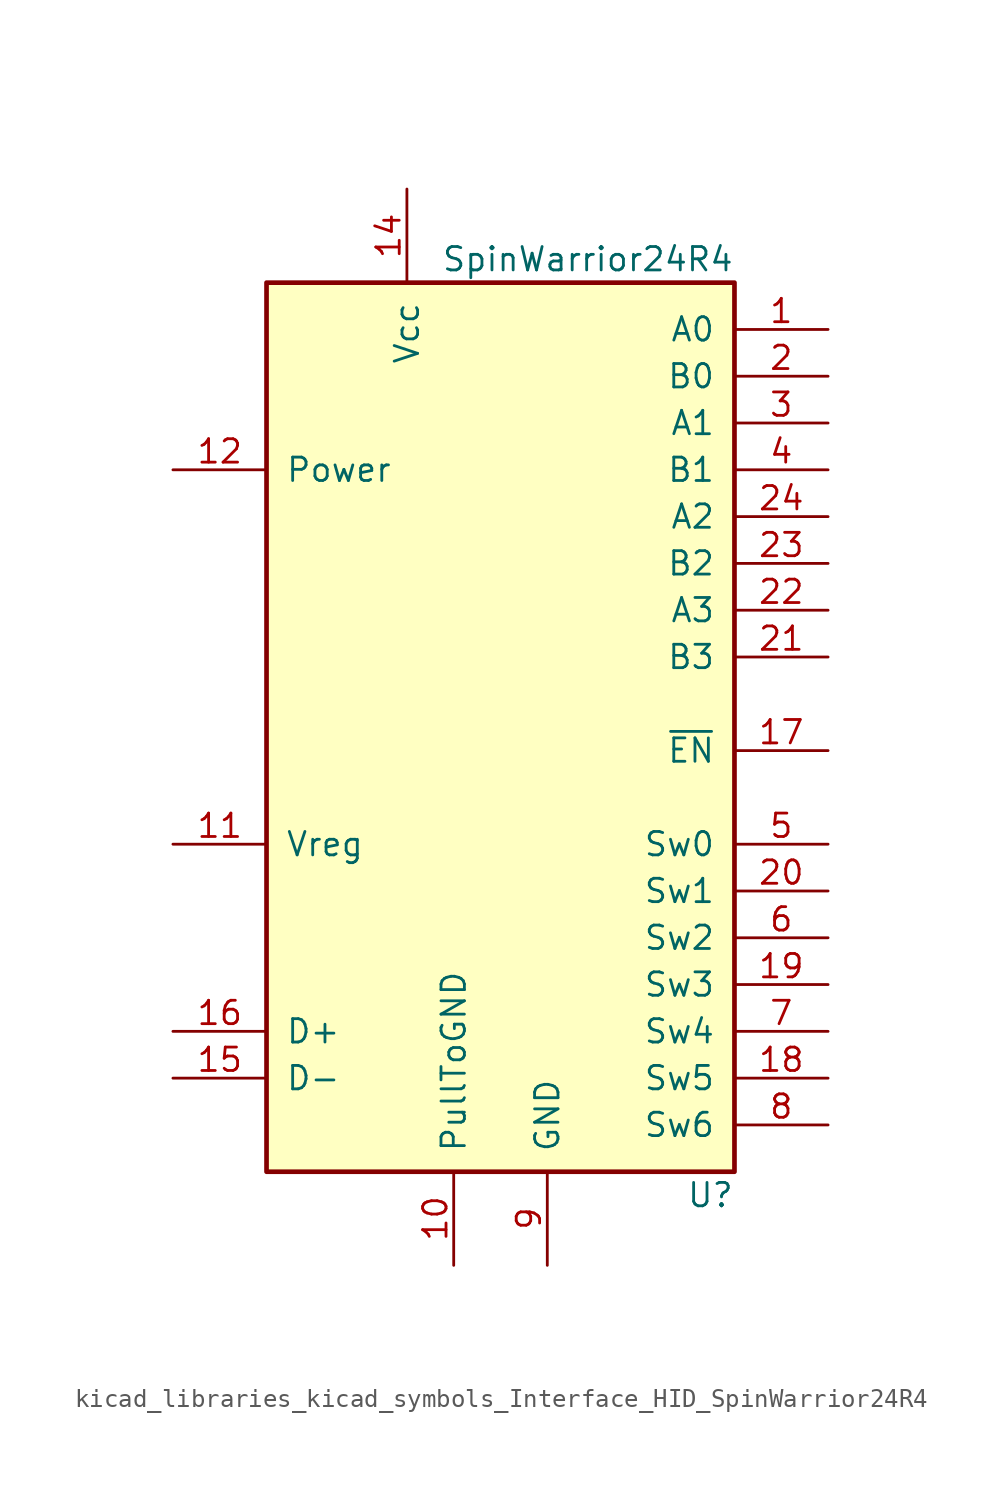
<source format=kicad_sym>
(kicad_symbol_lib
  (version 20220914)
  (generator kicad_symbol_editor)
  (symbol "kicad_libraries_kicad_symbols_Interface_HID_SpinWarrior24R4"
    (pin_names
      (offset 1.016))
    (property "Reference" "U"
      (at 12.7 -24.13 0)
      (effects (font (size 1.27 1.27)) (justify right)))
    (property "Value" "SpinWarrior24R4"
      (at 12.7 26.67 0)
      (effects (font (size 1.27 1.27)) (justify right)))
    (symbol "kicad_libraries_kicad_symbols_Interface_HID_SpinWarrior24R4_1_1"
      (rectangle (start -12.7 25.4) (end 12.7 -22.86) (stroke (width 0.254) (type default)) (fill (type background)))
      (pin input line (at 17.78 22.86 180) (length 5.08) (name "A0" (effects (font (size 1.27 1.27)))) (number "1" (effects (font (size 1.27 1.27)))))
      (pin input line (at -2.54 -27.94 90) (length 5.08) (name "PullToGND" (effects (font (size 1.27 1.27)))) (number "10" (effects (font (size 1.27 1.27)))))
      (pin power_out line (at -17.78 -5.08 0) (length 5.08) (name "Vreg" (effects (font (size 1.27 1.27)))) (number "11" (effects (font (size 1.27 1.27)))))
      (pin input line (at -17.78 15.24 0) (length 5.08) (name "Power" (effects (font (size 1.27 1.27)))) (number "12" (effects (font (size 1.27 1.27)))))
      (pin no_connect line (at -12.7 22.86 0) (length 5.08) hide (name "NC" (effects (font (size 1.27 1.27)))) (number "13" (effects (font (size 1.27 1.27)))))
      (pin power_in line (at -5.08 30.48 270) (length 5.08) (name "Vcc" (effects (font (size 1.27 1.27)))) (number "14" (effects (font (size 1.27 1.27)))))
      (pin bidirectional line (at -17.78 -17.78 0) (length 5.08) (name "D-" (effects (font (size 1.27 1.27)))) (number "15" (effects (font (size 1.27 1.27)))))
      (pin bidirectional line (at -17.78 -15.24 0) (length 5.08) (name "D+" (effects (font (size 1.27 1.27)))) (number "16" (effects (font (size 1.27 1.27)))))
      (pin open_collector line (at 17.78 0 180) (length 5.08) (name "~{EN}" (effects (font (size 1.27 1.27)))) (number "17" (effects (font (size 1.27 1.27)))))
      (pin input line (at 17.78 -17.78 180) (length 5.08) (name "Sw5" (effects (font (size 1.27 1.27)))) (number "18" (effects (font (size 1.27 1.27)))))
      (pin input line (at 17.78 -12.7 180) (length 5.08) (name "Sw3" (effects (font (size 1.27 1.27)))) (number "19" (effects (font (size 1.27 1.27)))))
      (pin input line (at 17.78 20.32 180) (length 5.08) (name "B0" (effects (font (size 1.27 1.27)))) (number "2" (effects (font (size 1.27 1.27)))))
      (pin input line (at 17.78 -7.62 180) (length 5.08) (name "Sw1" (effects (font (size 1.27 1.27)))) (number "20" (effects (font (size 1.27 1.27)))))
      (pin input line (at 17.78 5.08 180) (length 5.08) (name "B3" (effects (font (size 1.27 1.27)))) (number "21" (effects (font (size 1.27 1.27)))))
      (pin input line (at 17.78 7.62 180) (length 5.08) (name "A3" (effects (font (size 1.27 1.27)))) (number "22" (effects (font (size 1.27 1.27)))))
      (pin input line (at 17.78 10.16 180) (length 5.08) (name "B2" (effects (font (size 1.27 1.27)))) (number "23" (effects (font (size 1.27 1.27)))))
      (pin input line (at 17.78 12.7 180) (length 5.08) (name "A2" (effects (font (size 1.27 1.27)))) (number "24" (effects (font (size 1.27 1.27)))))
      (pin input line (at 17.78 17.78 180) (length 5.08) (name "A1" (effects (font (size 1.27 1.27)))) (number "3" (effects (font (size 1.27 1.27)))))
      (pin input line (at 17.78 15.24 180) (length 5.08) (name "B1" (effects (font (size 1.27 1.27)))) (number "4" (effects (font (size 1.27 1.27)))))
      (pin input line (at 17.78 -5.08 180) (length 5.08) (name "Sw0" (effects (font (size 1.27 1.27)))) (number "5" (effects (font (size 1.27 1.27)))))
      (pin input line (at 17.78 -10.16 180) (length 5.08) (name "Sw2" (effects (font (size 1.27 1.27)))) (number "6" (effects (font (size 1.27 1.27)))))
      (pin input line (at 17.78 -15.24 180) (length 5.08) (name "Sw4" (effects (font (size 1.27 1.27)))) (number "7" (effects (font (size 1.27 1.27)))))
      (pin input line (at 17.78 -20.32 180) (length 5.08) (name "Sw6" (effects (font (size 1.27 1.27)))) (number "8" (effects (font (size 1.27 1.27)))))
      (pin power_in line (at 2.54 -27.94 90) (length 5.08) (name "GND" (effects (font (size 1.27 1.27)))) (number "9" (effects (font (size 1.27 1.27))))))))
</source>
